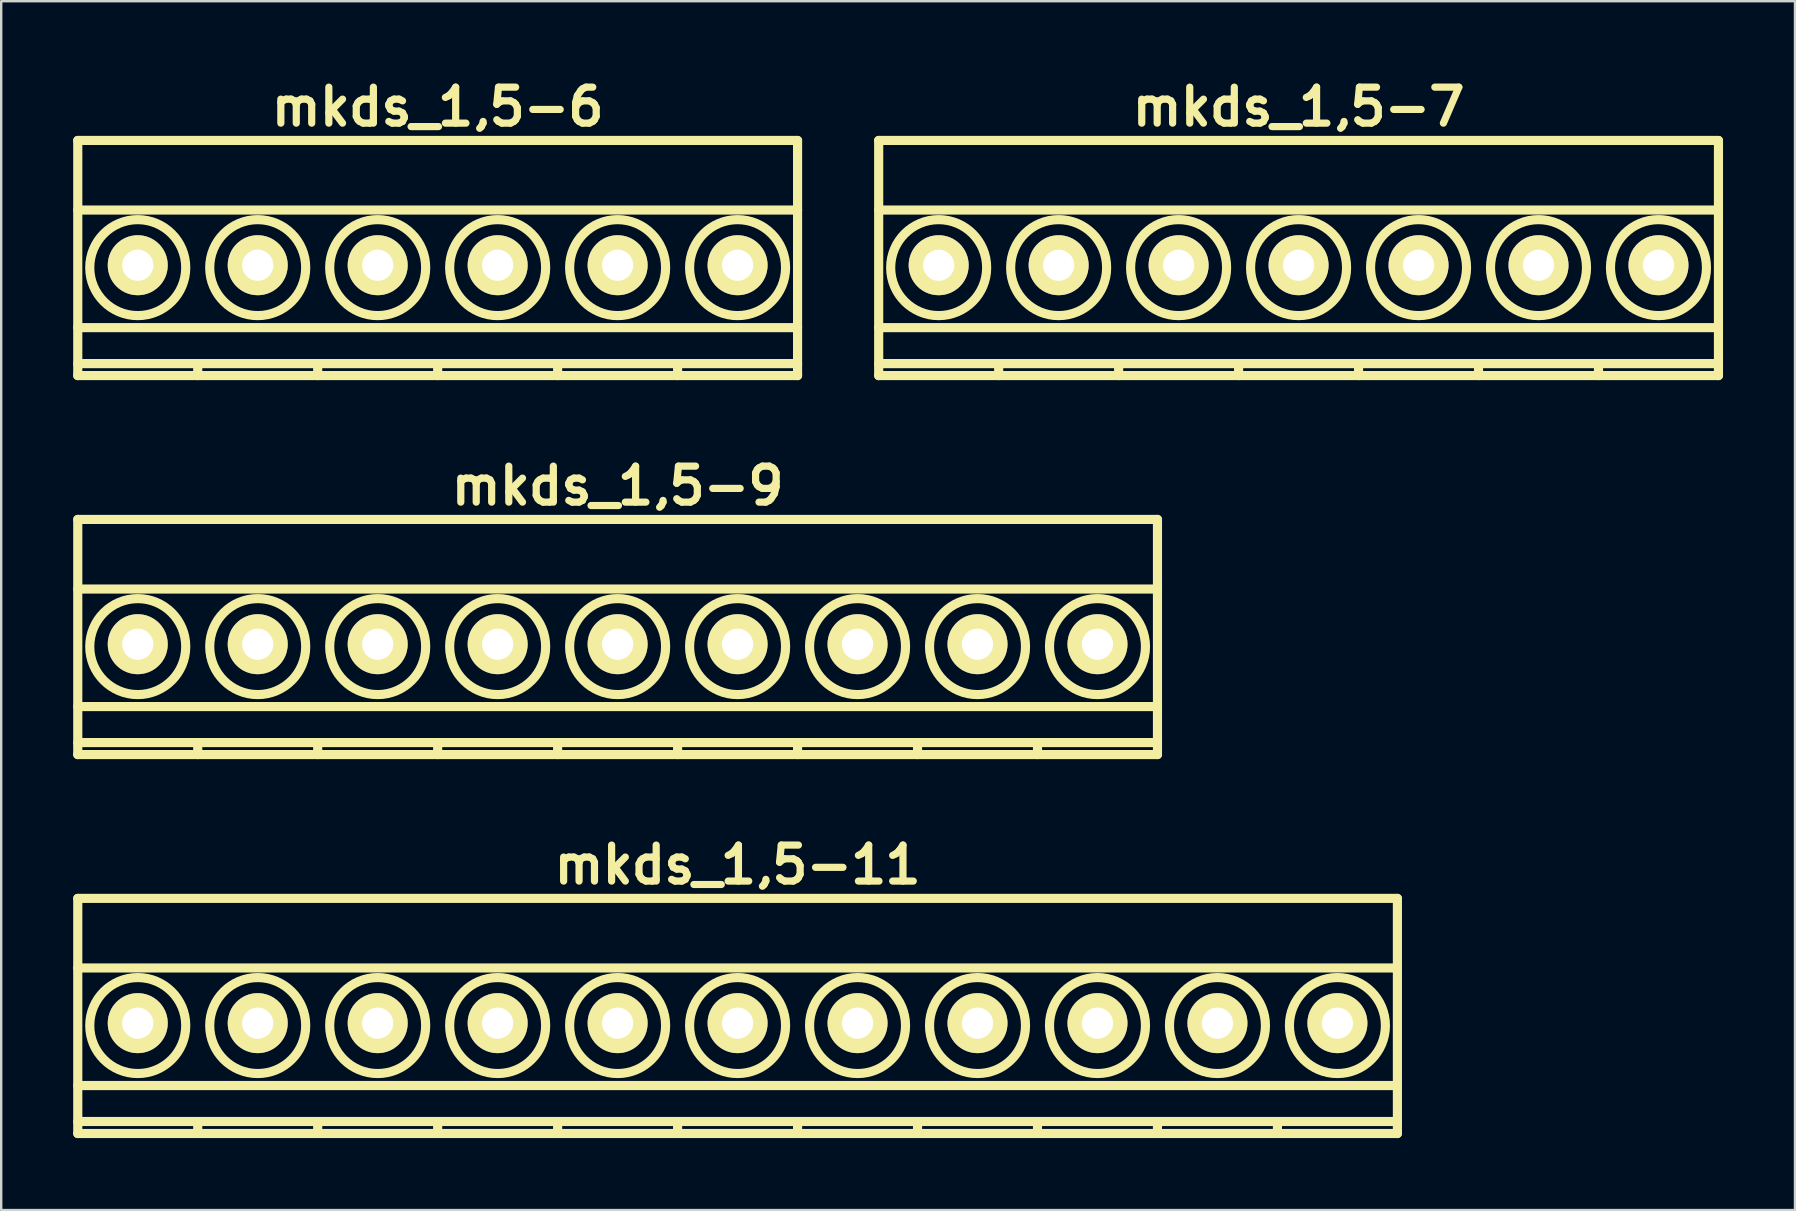
<source format=kicad_pcb>
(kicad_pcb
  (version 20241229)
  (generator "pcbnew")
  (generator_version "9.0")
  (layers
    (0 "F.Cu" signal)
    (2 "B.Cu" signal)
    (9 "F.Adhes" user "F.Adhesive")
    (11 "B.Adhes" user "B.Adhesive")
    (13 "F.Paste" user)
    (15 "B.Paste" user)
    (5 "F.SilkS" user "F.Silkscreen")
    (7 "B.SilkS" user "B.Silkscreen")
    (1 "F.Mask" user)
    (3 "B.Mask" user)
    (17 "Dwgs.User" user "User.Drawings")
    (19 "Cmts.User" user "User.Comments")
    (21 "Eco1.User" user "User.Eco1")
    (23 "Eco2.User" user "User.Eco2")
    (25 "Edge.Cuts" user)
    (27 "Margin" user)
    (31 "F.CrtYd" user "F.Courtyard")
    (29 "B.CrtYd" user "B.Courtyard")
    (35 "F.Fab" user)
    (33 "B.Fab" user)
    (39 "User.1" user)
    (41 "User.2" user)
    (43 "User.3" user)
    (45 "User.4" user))
  (footprint "mkds_1,5-11"
    (layer "F.Cu")
    (at 27.691 39.593)
    (property "Reference" "mkds_1,5-11" (at 0 -6.6 0) (layer "F.SilkS") (effects (font (size 1.5 1.5) (thickness 0.3))))
    (attr through_hole)
    (fp_line (start -27.5 -5.2) (end -27.5 4.6) (stroke (width 0.381) (type solid)) (layer "F.SilkS"))
    (fp_line (start -27.5 -2.3) (end 27.5 -2.3) (stroke (width 0.381) (type solid)) (layer "F.SilkS"))
    (fp_line (start -27.5 2.6) (end 27.5 2.6) (stroke (width 0.381) (type solid)) (layer "F.SilkS"))
    (fp_line (start -27.5 4.1) (end 27.5 4.1) (stroke (width 0.381) (type solid)) (layer "F.SilkS"))
    (fp_line (start -27.5 4.6) (end 27.5 4.6) (stroke (width 0.381) (type solid)) (layer "F.SilkS"))
    (fp_line (start -22.5 4.1) (end -22.5 4.6) (stroke (width 0.381) (type solid)) (layer "F.SilkS"))
    (fp_line (start -17.5 4.1) (end -17.5 4.6) (stroke (width 0.381) (type solid)) (layer "F.SilkS"))
    (fp_line (start -12.5 4.1) (end -12.5 4.6) (stroke (width 0.381) (type solid)) (layer "F.SilkS"))
    (fp_line (start -7.5 4.1) (end -7.5 4.6) (stroke (width 0.381) (type solid)) (layer "F.SilkS"))
    (fp_line (start -2.5 4.1) (end -2.5 4.6) (stroke (width 0.381) (type solid)) (layer "F.SilkS"))
    (fp_line (start 2.5 4.1) (end 2.5 4.6) (stroke (width 0.381) (type solid)) (layer "F.SilkS"))
    (fp_line (start 7.5 4.1) (end 7.5 4.6) (stroke (width 0.381) (type solid)) (layer "F.SilkS"))
    (fp_line (start 12.5 4.1) (end 12.5 4.6) (stroke (width 0.381) (type solid)) (layer "F.SilkS"))
    (fp_line (start 17.5 4.1) (end 17.5 4.6) (stroke (width 0.381) (type solid)) (layer "F.SilkS"))
    (fp_line (start 22.5 4.1) (end 22.5 4.6) (stroke (width 0.381) (type solid)) (layer "F.SilkS"))
    (fp_line (start 27.5 -5.2) (end -27.5 -5.2) (stroke (width 0.381) (type solid)) (layer "F.SilkS"))
    (fp_line (start 27.5 4.6) (end 27.5 -5.2) (stroke (width 0.381) (type solid)) (layer "F.SilkS"))
    (fp_circle (center -25 0.1) (end -23 0.1) (stroke (width 0.381) (type solid)) (fill no) (layer "F.SilkS"))
    (fp_circle (center -20 0.1) (end -22 0.1) (stroke (width 0.381) (type solid)) (fill no) (layer "F.SilkS"))
    (fp_circle (center -15 0.1) (end -17 0.1) (stroke (width 0.381) (type solid)) (fill no) (layer "F.SilkS"))
    (fp_circle (center -10 0.1) (end -12 0.1) (stroke (width 0.381) (type solid)) (fill no) (layer "F.SilkS"))
    (fp_circle (center -5 0.1) (end -7 0.1) (stroke (width 0.381) (type solid)) (fill no) (layer "F.SilkS"))
    (fp_circle (center 0 0.1) (end -2 0.1) (stroke (width 0.381) (type solid)) (fill no) (layer "F.SilkS"))
    (fp_circle (center 5 0.1) (end 3 0.1) (stroke (width 0.381) (type solid)) (fill no) (layer "F.SilkS"))
    (fp_circle (center 10 0.1) (end 8 0.1) (stroke (width 0.381) (type solid)) (fill no) (layer "F.SilkS"))
    (fp_circle (center 15 0.1) (end 13 0.1) (stroke (width 0.381) (type solid)) (fill no) (layer "F.SilkS"))
    (fp_circle (center 20 0.1) (end 18 0.1) (stroke (width 0.381) (type solid)) (fill no) (layer "F.SilkS"))
    (fp_circle (center 25 0.1) (end 23 0.1) (stroke (width 0.381) (type solid)) (fill no) (layer "F.SilkS"))
    (pad "1" thru_hole circle (at -25 0) (size 2.5 2.5) (drill 1.3) (layers "*.Cu" "*.Mask" "F.SilkS"))
    (pad "2" thru_hole circle (at -20 0) (size 2.5 2.5) (drill 1.3) (layers "*.Cu" "*.Mask" "F.SilkS"))
    (pad "3" thru_hole circle (at -15 0) (size 2.5 2.5) (drill 1.3) (layers "*.Cu" "*.Mask" "F.SilkS"))
    (pad "4" thru_hole circle (at -10 0) (size 2.5 2.5) (drill 1.3) (layers "*.Cu" "*.Mask" "F.SilkS"))
    (pad "5" thru_hole circle (at -5 0) (size 2.5 2.5) (drill 1.3) (layers "*.Cu" "*.Mask" "F.SilkS"))
    (pad "6" thru_hole circle (at 0 0) (size 2.5 2.5) (drill 1.3) (layers "*.Cu" "*.Mask" "F.SilkS"))
    (pad "7" thru_hole circle (at 5 0) (size 2.5 2.5) (drill 1.3) (layers "*.Cu" "*.Mask" "F.SilkS"))
    (pad "8" thru_hole circle (at 10 0) (size 2.5 2.5) (drill 1.3) (layers "*.Cu" "*.Mask" "F.SilkS"))
    (pad "9" thru_hole circle (at 15 0) (size 2.5 2.5) (drill 1.3) (layers "*.Cu" "*.Mask" "F.SilkS"))
    (pad "10" thru_hole circle (at 20 0) (size 2.5 2.5) (drill 1.3) (layers "*.Cu" "*.Mask" "F.SilkS"))
    (pad "11" thru_hole circle (at 25 0) (size 2.5 2.5) (drill 1.3) (layers "*.Cu" "*.Mask" "F.SilkS")))
  (footprint "mkds_1,5-7"
    (layer "F.Cu")
    (at 51.072 8.004)
    (property "Reference" "mkds_1,5-7" (at 0 -6.6 0) (layer "F.SilkS") (effects (font (size 1.5 1.5) (thickness 0.3))))
    (attr through_hole)
    (fp_line (start -17.5 -5.2) (end -17.5 4.6) (stroke (width 0.381) (type solid)) (layer "F.SilkS"))
    (fp_line (start -17.5 -2.3) (end 17.5 -2.3) (stroke (width 0.381) (type solid)) (layer "F.SilkS"))
    (fp_line (start -17.5 2.6) (end 17.5 2.6) (stroke (width 0.381) (type solid)) (layer "F.SilkS"))
    (fp_line (start -17.5 4.1) (end 17.5 4.1) (stroke (width 0.381) (type solid)) (layer "F.SilkS"))
    (fp_line (start -17.5 4.6) (end 17.5 4.6) (stroke (width 0.381) (type solid)) (layer "F.SilkS"))
    (fp_line (start -12.5 4.1) (end -12.5 4.6) (stroke (width 0.381) (type solid)) (layer "F.SilkS"))
    (fp_line (start -7.5 4.1) (end -7.5 4.6) (stroke (width 0.381) (type solid)) (layer "F.SilkS"))
    (fp_line (start -2.5 4.1) (end -2.5 4.6) (stroke (width 0.381) (type solid)) (layer "F.SilkS"))
    (fp_line (start 2.5 4.1) (end 2.5 4.6) (stroke (width 0.381) (type solid)) (layer "F.SilkS"))
    (fp_line (start 7.5 4.1) (end 7.5 4.6) (stroke (width 0.381) (type solid)) (layer "F.SilkS"))
    (fp_line (start 12.5 4.1) (end 12.5 4.6) (stroke (width 0.381) (type solid)) (layer "F.SilkS"))
    (fp_line (start 17.5 -5.2) (end -17.5 -5.2) (stroke (width 0.381) (type solid)) (layer "F.SilkS"))
    (fp_line (start 17.5 4.6) (end 17.5 -5.2) (stroke (width 0.381) (type solid)) (layer "F.SilkS"))
    (fp_circle (center -15 0.1) (end -13 0.1) (stroke (width 0.381) (type solid)) (fill no) (layer "F.SilkS"))
    (fp_circle (center -10 0.1) (end -12 0.1) (stroke (width 0.381) (type solid)) (fill no) (layer "F.SilkS"))
    (fp_circle (center -5 0.1) (end -7 0.1) (stroke (width 0.381) (type solid)) (fill no) (layer "F.SilkS"))
    (fp_circle (center 0 0.1) (end -2 0.1) (stroke (width 0.381) (type solid)) (fill no) (layer "F.SilkS"))
    (fp_circle (center 5 0.1) (end 3 0.1) (stroke (width 0.381) (type solid)) (fill no) (layer "F.SilkS"))
    (fp_circle (center 10 0.1) (end 8 0.1) (stroke (width 0.381) (type solid)) (fill no) (layer "F.SilkS"))
    (fp_circle (center 15 0.1) (end 13 0.1) (stroke (width 0.381) (type solid)) (fill no) (layer "F.SilkS"))
    (pad "1" thru_hole circle (at -15 0) (size 2.5 2.5) (drill 1.3) (layers "*.Cu" "*.Mask" "F.SilkS"))
    (pad "2" thru_hole circle (at -10 0) (size 2.5 2.5) (drill 1.3) (layers "*.Cu" "*.Mask" "F.SilkS"))
    (pad "3" thru_hole circle (at -5 0) (size 2.5 2.5) (drill 1.3) (layers "*.Cu" "*.Mask" "F.SilkS"))
    (pad "4" thru_hole circle (at 0 0) (size 2.5 2.5) (drill 1.3) (layers "*.Cu" "*.Mask" "F.SilkS"))
    (pad "5" thru_hole circle (at 5 0) (size 2.5 2.5) (drill 1.3) (layers "*.Cu" "*.Mask" "F.SilkS"))
    (pad "6" thru_hole circle (at 10 0) (size 2.5 2.5) (drill 1.3) (layers "*.Cu" "*.Mask" "F.SilkS"))
    (pad "7" thru_hole circle (at 15 0) (size 2.5 2.5) (drill 1.3) (layers "*.Cu" "*.Mask" "F.SilkS")))
  (footprint "mkds_1,5-9"
    (layer "F.Cu")
    (at 22.691 23.799)
    (property "Reference" "mkds_1,5-9" (at 0 -6.6 0) (layer "F.SilkS") (effects (font (size 1.5 1.5) (thickness 0.3))))
    (attr through_hole)
    (fp_line (start -22.5 -5.2) (end -22.5 4.6) (stroke (width 0.381) (type solid)) (layer "F.SilkS"))
    (fp_line (start -22.5 -2.3) (end 22.5 -2.3) (stroke (width 0.381) (type solid)) (layer "F.SilkS"))
    (fp_line (start -22.5 2.6) (end 22.5 2.6) (stroke (width 0.381) (type solid)) (layer "F.SilkS"))
    (fp_line (start -22.5 4.1) (end 22.5 4.1) (stroke (width 0.381) (type solid)) (layer "F.SilkS"))
    (fp_line (start -22.5 4.6) (end 22.5 4.6) (stroke (width 0.381) (type solid)) (layer "F.SilkS"))
    (fp_line (start -17.5 4.1) (end -17.5 4.6) (stroke (width 0.381) (type solid)) (layer "F.SilkS"))
    (fp_line (start -12.5 4.1) (end -12.5 4.6) (stroke (width 0.381) (type solid)) (layer "F.SilkS"))
    (fp_line (start -7.5 4.1) (end -7.5 4.6) (stroke (width 0.381) (type solid)) (layer "F.SilkS"))
    (fp_line (start -2.5 4.1) (end -2.5 4.6) (stroke (width 0.381) (type solid)) (layer "F.SilkS"))
    (fp_line (start 2.5 4.1) (end 2.5 4.6) (stroke (width 0.381) (type solid)) (layer "F.SilkS"))
    (fp_line (start 7.5 4.1) (end 7.5 4.6) (stroke (width 0.381) (type solid)) (layer "F.SilkS"))
    (fp_line (start 12.5 4.1) (end 12.5 4.6) (stroke (width 0.381) (type solid)) (layer "F.SilkS"))
    (fp_line (start 17.5 4.1) (end 17.5 4.6) (stroke (width 0.381) (type solid)) (layer "F.SilkS"))
    (fp_line (start 22.5 -5.2) (end -22.5 -5.2) (stroke (width 0.381) (type solid)) (layer "F.SilkS"))
    (fp_line (start 22.5 4.6) (end 22.5 -5.2) (stroke (width 0.381) (type solid)) (layer "F.SilkS"))
    (fp_circle (center -20 0.1) (end -18 0.1) (stroke (width 0.381) (type solid)) (fill no) (layer "F.SilkS"))
    (fp_circle (center -15 0.1) (end -17 0.1) (stroke (width 0.381) (type solid)) (fill no) (layer "F.SilkS"))
    (fp_circle (center -10 0.1) (end -12 0.1) (stroke (width 0.381) (type solid)) (fill no) (layer "F.SilkS"))
    (fp_circle (center -5 0.1) (end -7 0.1) (stroke (width 0.381) (type solid)) (fill no) (layer "F.SilkS"))
    (fp_circle (center 0 0.1) (end -2 0.1) (stroke (width 0.381) (type solid)) (fill no) (layer "F.SilkS"))
    (fp_circle (center 5 0.1) (end 3 0.1) (stroke (width 0.381) (type solid)) (fill no) (layer "F.SilkS"))
    (fp_circle (center 10 0.1) (end 8 0.1) (stroke (width 0.381) (type solid)) (fill no) (layer "F.SilkS"))
    (fp_circle (center 15 0.1) (end 13 0.1) (stroke (width 0.381) (type solid)) (fill no) (layer "F.SilkS"))
    (fp_circle (center 20 0.1) (end 18 0.1) (stroke (width 0.381) (type solid)) (fill no) (layer "F.SilkS"))
    (pad "1" thru_hole circle (at -20 0) (size 2.5 2.5) (drill 1.3) (layers "*.Cu" "*.Mask" "F.SilkS"))
    (pad "2" thru_hole circle (at -15 0) (size 2.5 2.5) (drill 1.3) (layers "*.Cu" "*.Mask" "F.SilkS"))
    (pad "3" thru_hole circle (at -10 0) (size 2.5 2.5) (drill 1.3) (layers "*.Cu" "*.Mask" "F.SilkS"))
    (pad "4" thru_hole circle (at -5 0) (size 2.5 2.5) (drill 1.3) (layers "*.Cu" "*.Mask" "F.SilkS"))
    (pad "5" thru_hole circle (at 0 0) (size 2.5 2.5) (drill 1.3) (layers "*.Cu" "*.Mask" "F.SilkS"))
    (pad "6" thru_hole circle (at 5 0) (size 2.5 2.5) (drill 1.3) (layers "*.Cu" "*.Mask" "F.SilkS"))
    (pad "7" thru_hole circle (at 10 0) (size 2.5 2.5) (drill 1.3) (layers "*.Cu" "*.Mask" "F.SilkS"))
    (pad "8" thru_hole circle (at 15 0) (size 2.5 2.5) (drill 1.3) (layers "*.Cu" "*.Mask" "F.SilkS"))
    (pad "9" thru_hole circle (at 20 0) (size 2.5 2.5) (drill 1.3) (layers "*.Cu" "*.Mask" "F.SilkS")))
  (footprint "mkds_1,5-6"
    (layer "F.Cu")
    (at 15.191 8.004)
    (property "Reference" "mkds_1,5-6" (at 0 -6.6 0) (layer "F.SilkS") (effects (font (size 1.5 1.5) (thickness 0.3))))
    (attr through_hole)
    (fp_line (start -15 -5.2) (end -15 4.6) (stroke (width 0.381) (type solid)) (layer "F.SilkS"))
    (fp_line (start -15 -2.3) (end 15 -2.3) (stroke (width 0.381) (type solid)) (layer "F.SilkS"))
    (fp_line (start -15 2.6) (end 15 2.6) (stroke (width 0.381) (type solid)) (layer "F.SilkS"))
    (fp_line (start -15 4.1) (end 15 4.1) (stroke (width 0.381) (type solid)) (layer "F.SilkS"))
    (fp_line (start -15 4.6) (end 15 4.6) (stroke (width 0.381) (type solid)) (layer "F.SilkS"))
    (fp_line (start -10 4.1) (end -10 4.6) (stroke (width 0.381) (type solid)) (layer "F.SilkS"))
    (fp_line (start -5 4.1) (end -5 4.6) (stroke (width 0.381) (type solid)) (layer "F.SilkS"))
    (fp_line (start 0 4.1) (end 0 4.6) (stroke (width 0.381) (type solid)) (layer "F.SilkS"))
    (fp_line (start 5 4.1) (end 5 4.6) (stroke (width 0.381) (type solid)) (layer "F.SilkS"))
    (fp_line (start 10 4.1) (end 10 4.6) (stroke (width 0.381) (type solid)) (layer "F.SilkS"))
    (fp_line (start 15 -5.2) (end -15 -5.2) (stroke (width 0.381) (type solid)) (layer "F.SilkS"))
    (fp_line (start 15 4.6) (end 15 -5.2) (stroke (width 0.381) (type solid)) (layer "F.SilkS"))
    (fp_circle (center -12.5 0.1) (end -10.5 0.1) (stroke (width 0.381) (type solid)) (fill no) (layer "F.SilkS"))
    (fp_circle (center -7.5 0.1) (end -9.5 0.1) (stroke (width 0.381) (type solid)) (fill no) (layer "F.SilkS"))
    (fp_circle (center -2.5 0.1) (end -4.5 0.1) (stroke (width 0.381) (type solid)) (fill no) (layer "F.SilkS"))
    (fp_circle (center 2.5 0.1) (end 0.5 0.1) (stroke (width 0.381) (type solid)) (fill no) (layer "F.SilkS"))
    (fp_circle (center 7.5 0.1) (end 5.5 0.1) (stroke (width 0.381) (type solid)) (fill no) (layer "F.SilkS"))
    (fp_circle (center 12.5 0.1) (end 10.5 0.1) (stroke (width 0.381) (type solid)) (fill no) (layer "F.SilkS"))
    (pad "1" thru_hole circle (at -12.5 0) (size 2.5 2.5) (drill 1.3) (layers "*.Cu" "*.Mask" "F.SilkS"))
    (pad "2" thru_hole circle (at -7.5 0) (size 2.5 2.5) (drill 1.3) (layers "*.Cu" "*.Mask" "F.SilkS"))
    (pad "3" thru_hole circle (at -2.5 0) (size 2.5 2.5) (drill 1.3) (layers "*.Cu" "*.Mask" "F.SilkS"))
    (pad "4" thru_hole circle (at 2.5 0) (size 2.5 2.5) (drill 1.3) (layers "*.Cu" "*.Mask" "F.SilkS"))
    (pad "5" thru_hole circle (at 7.5 0) (size 2.5 2.5) (drill 1.3) (layers "*.Cu" "*.Mask" "F.SilkS"))
    (pad "6" thru_hole circle (at 12.5 0) (size 2.5 2.5) (drill 1.3) (layers "*.Cu" "*.Mask" "F.SilkS")))
  (gr_rect
    (start -3 -3)
    (end 71.762 47.383)
    (stroke (width 0.1) (type default))
    (fill no)
    (layer "Edge.Cuts")))
</source>
